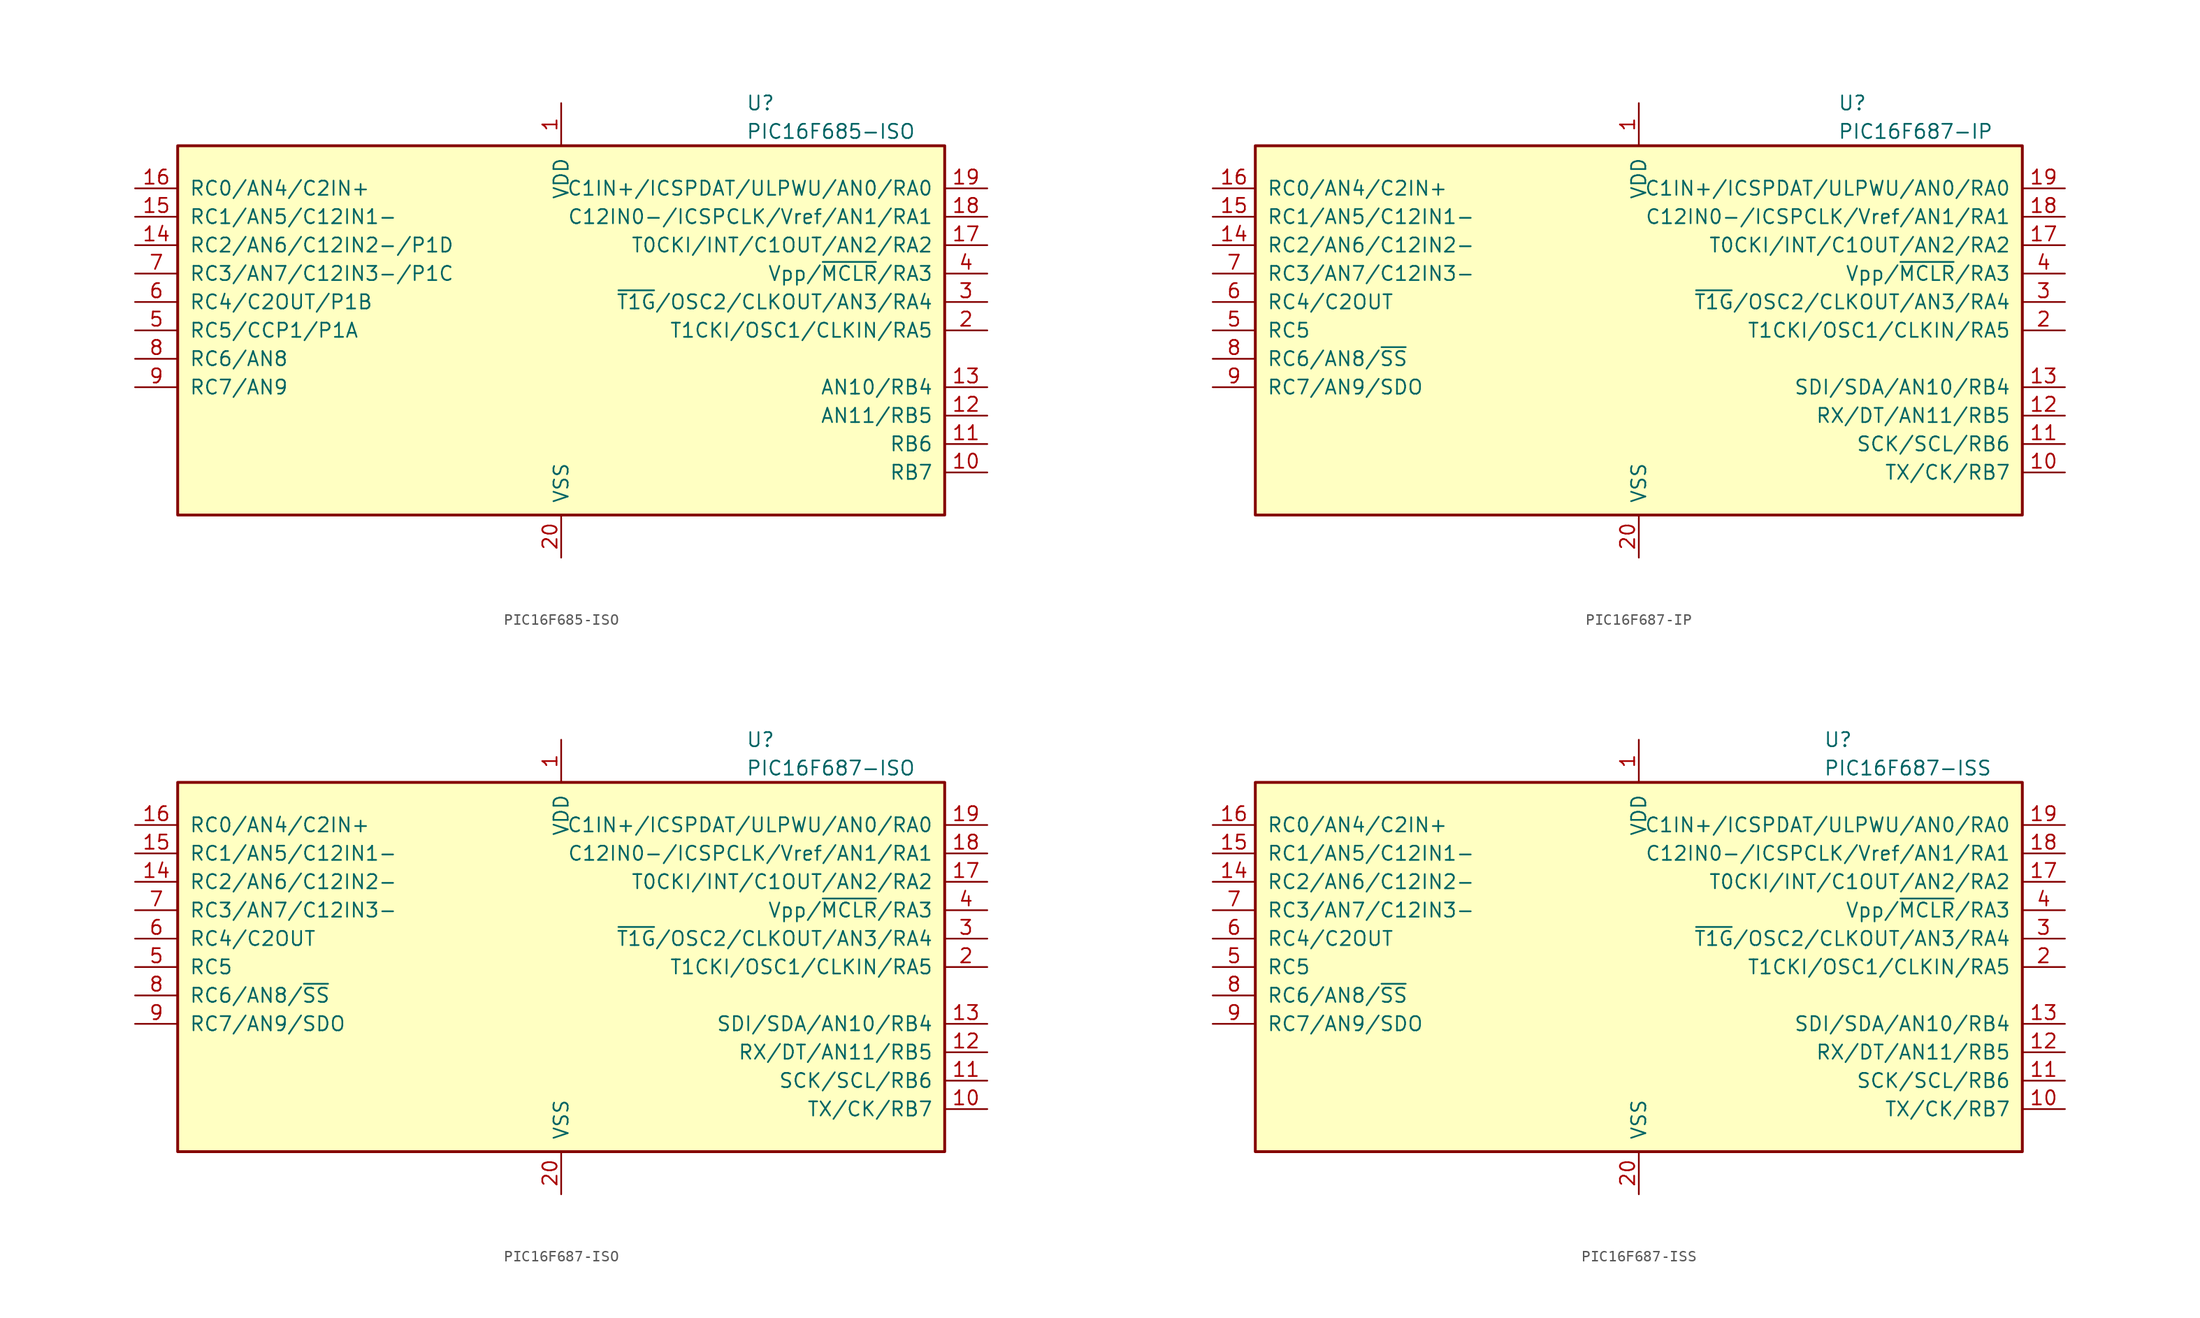
<source format=kicad_sym>
(kicad_symbol_lib
  (version 20211014)
  (generator kicad_symbol_editor)
  (symbol "PIC16F685-ISO"
    (pin_names
      (offset 1.016))
    (property "Reference" "U"
      (at 16.51 20.32 0)
      (effects (font (size 1.27 1.27)) (justify left)))
    (property "Value" "PIC16F685-ISO"
      (at 16.51 17.78 0)
      (effects (font (size 1.27 1.27)) (justify left)))
    (symbol "PIC16F685-ISO_0_1"
      (rectangle (start -34.29 16.51) (end 34.29 -16.51) (stroke (width 0.254) (type default) (color 0 0 0 0)) (fill (type background))))
    (symbol "PIC16F685-ISO_1_1"
      (pin power_in line (at 0 20.32 270) (length 3.81) (name "VDD" (effects (font (size 1.27 1.27)))) (number "1" (effects (font (size 1.27 1.27)))))
      (pin bidirectional line (at 38.1 -12.7 180) (length 3.81) (name "RB7" (effects (font (size 1.27 1.27)))) (number "10" (effects (font (size 1.27 1.27)))))
      (pin bidirectional line (at 38.1 -10.16 180) (length 3.81) (name "RB6" (effects (font (size 1.27 1.27)))) (number "11" (effects (font (size 1.27 1.27)))))
      (pin bidirectional line (at 38.1 -7.62 180) (length 3.81) (name "AN11/RB5" (effects (font (size 1.27 1.27)))) (number "12" (effects (font (size 1.27 1.27)))))
      (pin bidirectional line (at 38.1 -5.08 180) (length 3.81) (name "AN10/RB4" (effects (font (size 1.27 1.27)))) (number "13" (effects (font (size 1.27 1.27)))))
      (pin bidirectional line (at -38.1 7.62 0) (length 3.81) (name "RC2/AN6/C12IN2-/P1D" (effects (font (size 1.27 1.27)))) (number "14" (effects (font (size 1.27 1.27)))))
      (pin bidirectional line (at -38.1 10.16 0) (length 3.81) (name "RC1/AN5/C12IN1-" (effects (font (size 1.27 1.27)))) (number "15" (effects (font (size 1.27 1.27)))))
      (pin bidirectional line (at -38.1 12.7 0) (length 3.81) (name "RC0/AN4/C2IN+" (effects (font (size 1.27 1.27)))) (number "16" (effects (font (size 1.27 1.27)))))
      (pin bidirectional line (at 38.1 7.62 180) (length 3.81) (name "T0CKI/INT/C1OUT/AN2/RA2" (effects (font (size 1.27 1.27)))) (number "17" (effects (font (size 1.27 1.27)))))
      (pin bidirectional line (at 38.1 10.16 180) (length 3.81) (name "C12IN0-/ICSPCLK/Vref/AN1/RA1" (effects (font (size 1.27 1.27)))) (number "18" (effects (font (size 1.27 1.27)))))
      (pin bidirectional line (at 38.1 12.7 180) (length 3.81) (name "C1IN+/ICSPDAT/ULPWU/AN0/RA0" (effects (font (size 1.27 1.27)))) (number "19" (effects (font (size 1.27 1.27)))))
      (pin bidirectional line (at 38.1 0 180) (length 3.81) (name "T1CKI/OSC1/CLKIN/RA5" (effects (font (size 1.27 1.27)))) (number "2" (effects (font (size 1.27 1.27)))))
      (pin power_in line (at 0 -20.32 90) (length 3.81) (name "VSS" (effects (font (size 1.27 1.27)))) (number "20" (effects (font (size 1.27 1.27)))))
      (pin bidirectional line (at 38.1 2.54 180) (length 3.81) (name "~{T1G}/OSC2/CLKOUT/AN3/RA4" (effects (font (size 1.27 1.27)))) (number "3" (effects (font (size 1.27 1.27)))))
      (pin input line (at 38.1 5.08 180) (length 3.81) (name "Vpp/~{MCLR}/RA3" (effects (font (size 1.27 1.27)))) (number "4" (effects (font (size 1.27 1.27)))))
      (pin bidirectional line (at -38.1 0 0) (length 3.81) (name "RC5/CCP1/P1A" (effects (font (size 1.27 1.27)))) (number "5" (effects (font (size 1.27 1.27)))))
      (pin bidirectional line (at -38.1 2.54 0) (length 3.81) (name "RC4/C2OUT/P1B" (effects (font (size 1.27 1.27)))) (number "6" (effects (font (size 1.27 1.27)))))
      (pin bidirectional line (at -38.1 5.08 0) (length 3.81) (name "RC3/AN7/C12IN3-/P1C" (effects (font (size 1.27 1.27)))) (number "7" (effects (font (size 1.27 1.27)))))
      (pin bidirectional line (at -38.1 -2.54 0) (length 3.81) (name "RC6/AN8" (effects (font (size 1.27 1.27)))) (number "8" (effects (font (size 1.27 1.27)))))
      (pin bidirectional line (at -38.1 -5.08 0) (length 3.81) (name "RC7/AN9" (effects (font (size 1.27 1.27)))) (number "9" (effects (font (size 1.27 1.27)))))))
  (symbol "PIC16F687-IP"
    (pin_names
      (offset 1.016))
    (property "Reference" "U"
      (at 17.78 20.32 0)
      (effects (font (size 1.27 1.27)) (justify left)))
    (property "Value" "PIC16F687-IP"
      (at 17.78 17.78 0)
      (effects (font (size 1.27 1.27)) (justify left)))
    (symbol "PIC16F687-IP_0_1"
      (rectangle (start -34.29 16.51) (end 34.29 -16.51) (stroke (width 0.254) (type default) (color 0 0 0 0)) (fill (type background))))
    (symbol "PIC16F687-IP_1_1"
      (pin power_in line (at 0 20.32 270) (length 3.81) (name "VDD" (effects (font (size 1.27 1.27)))) (number "1" (effects (font (size 1.27 1.27)))))
      (pin bidirectional line (at 38.1 -12.7 180) (length 3.81) (name "TX/CK/RB7" (effects (font (size 1.27 1.27)))) (number "10" (effects (font (size 1.27 1.27)))))
      (pin bidirectional line (at 38.1 -10.16 180) (length 3.81) (name "SCK/SCL/RB6" (effects (font (size 1.27 1.27)))) (number "11" (effects (font (size 1.27 1.27)))))
      (pin bidirectional line (at 38.1 -7.62 180) (length 3.81) (name "RX/DT/AN11/RB5" (effects (font (size 1.27 1.27)))) (number "12" (effects (font (size 1.27 1.27)))))
      (pin bidirectional line (at 38.1 -5.08 180) (length 3.81) (name "SDI/SDA/AN10/RB4" (effects (font (size 1.27 1.27)))) (number "13" (effects (font (size 1.27 1.27)))))
      (pin bidirectional line (at -38.1 7.62 0) (length 3.81) (name "RC2/AN6/C12IN2-" (effects (font (size 1.27 1.27)))) (number "14" (effects (font (size 1.27 1.27)))))
      (pin bidirectional line (at -38.1 10.16 0) (length 3.81) (name "RC1/AN5/C12IN1-" (effects (font (size 1.27 1.27)))) (number "15" (effects (font (size 1.27 1.27)))))
      (pin bidirectional line (at -38.1 12.7 0) (length 3.81) (name "RC0/AN4/C2IN+" (effects (font (size 1.27 1.27)))) (number "16" (effects (font (size 1.27 1.27)))))
      (pin bidirectional line (at 38.1 7.62 180) (length 3.81) (name "T0CKI/INT/C1OUT/AN2/RA2" (effects (font (size 1.27 1.27)))) (number "17" (effects (font (size 1.27 1.27)))))
      (pin bidirectional line (at 38.1 10.16 180) (length 3.81) (name "C12IN0-/ICSPCLK/Vref/AN1/RA1" (effects (font (size 1.27 1.27)))) (number "18" (effects (font (size 1.27 1.27)))))
      (pin bidirectional line (at 38.1 12.7 180) (length 3.81) (name "C1IN+/ICSPDAT/ULPWU/AN0/RA0" (effects (font (size 1.27 1.27)))) (number "19" (effects (font (size 1.27 1.27)))))
      (pin bidirectional line (at 38.1 0 180) (length 3.81) (name "T1CKI/OSC1/CLKIN/RA5" (effects (font (size 1.27 1.27)))) (number "2" (effects (font (size 1.27 1.27)))))
      (pin power_in line (at 0 -20.32 90) (length 3.81) (name "VSS" (effects (font (size 1.27 1.27)))) (number "20" (effects (font (size 1.27 1.27)))))
      (pin bidirectional line (at 38.1 2.54 180) (length 3.81) (name "~{T1G}/OSC2/CLKOUT/AN3/RA4" (effects (font (size 1.27 1.27)))) (number "3" (effects (font (size 1.27 1.27)))))
      (pin input line (at 38.1 5.08 180) (length 3.81) (name "Vpp/~{MCLR}/RA3" (effects (font (size 1.27 1.27)))) (number "4" (effects (font (size 1.27 1.27)))))
      (pin bidirectional line (at -38.1 0 0) (length 3.81) (name "RC5" (effects (font (size 1.27 1.27)))) (number "5" (effects (font (size 1.27 1.27)))))
      (pin bidirectional line (at -38.1 2.54 0) (length 3.81) (name "RC4/C2OUT" (effects (font (size 1.27 1.27)))) (number "6" (effects (font (size 1.27 1.27)))))
      (pin bidirectional line (at -38.1 5.08 0) (length 3.81) (name "RC3/AN7/C12IN3-" (effects (font (size 1.27 1.27)))) (number "7" (effects (font (size 1.27 1.27)))))
      (pin bidirectional line (at -38.1 -2.54 0) (length 3.81) (name "RC6/AN8/~{SS}" (effects (font (size 1.27 1.27)))) (number "8" (effects (font (size 1.27 1.27)))))
      (pin bidirectional line (at -38.1 -5.08 0) (length 3.81) (name "RC7/AN9/SDO" (effects (font (size 1.27 1.27)))) (number "9" (effects (font (size 1.27 1.27)))))))
  (symbol "PIC16F687-ISO"
    (pin_names
      (offset 1.016))
    (property "Reference" "U"
      (at 16.51 20.32 0)
      (effects (font (size 1.27 1.27)) (justify left)))
    (property "Value" "PIC16F687-ISO"
      (at 16.51 17.78 0)
      (effects (font (size 1.27 1.27)) (justify left)))
    (symbol "PIC16F687-ISO_0_1"
      (rectangle (start -34.29 16.51) (end 34.29 -16.51) (stroke (width 0.254) (type default) (color 0 0 0 0)) (fill (type background))))
    (symbol "PIC16F687-ISO_1_1"
      (pin power_in line (at 0 20.32 270) (length 3.81) (name "VDD" (effects (font (size 1.27 1.27)))) (number "1" (effects (font (size 1.27 1.27)))))
      (pin bidirectional line (at 38.1 -12.7 180) (length 3.81) (name "TX/CK/RB7" (effects (font (size 1.27 1.27)))) (number "10" (effects (font (size 1.27 1.27)))))
      (pin bidirectional line (at 38.1 -10.16 180) (length 3.81) (name "SCK/SCL/RB6" (effects (font (size 1.27 1.27)))) (number "11" (effects (font (size 1.27 1.27)))))
      (pin bidirectional line (at 38.1 -7.62 180) (length 3.81) (name "RX/DT/AN11/RB5" (effects (font (size 1.27 1.27)))) (number "12" (effects (font (size 1.27 1.27)))))
      (pin bidirectional line (at 38.1 -5.08 180) (length 3.81) (name "SDI/SDA/AN10/RB4" (effects (font (size 1.27 1.27)))) (number "13" (effects (font (size 1.27 1.27)))))
      (pin bidirectional line (at -38.1 7.62 0) (length 3.81) (name "RC2/AN6/C12IN2-" (effects (font (size 1.27 1.27)))) (number "14" (effects (font (size 1.27 1.27)))))
      (pin bidirectional line (at -38.1 10.16 0) (length 3.81) (name "RC1/AN5/C12IN1-" (effects (font (size 1.27 1.27)))) (number "15" (effects (font (size 1.27 1.27)))))
      (pin bidirectional line (at -38.1 12.7 0) (length 3.81) (name "RC0/AN4/C2IN+" (effects (font (size 1.27 1.27)))) (number "16" (effects (font (size 1.27 1.27)))))
      (pin bidirectional line (at 38.1 7.62 180) (length 3.81) (name "T0CKI/INT/C1OUT/AN2/RA2" (effects (font (size 1.27 1.27)))) (number "17" (effects (font (size 1.27 1.27)))))
      (pin bidirectional line (at 38.1 10.16 180) (length 3.81) (name "C12IN0-/ICSPCLK/Vref/AN1/RA1" (effects (font (size 1.27 1.27)))) (number "18" (effects (font (size 1.27 1.27)))))
      (pin bidirectional line (at 38.1 12.7 180) (length 3.81) (name "C1IN+/ICSPDAT/ULPWU/AN0/RA0" (effects (font (size 1.27 1.27)))) (number "19" (effects (font (size 1.27 1.27)))))
      (pin bidirectional line (at 38.1 0 180) (length 3.81) (name "T1CKI/OSC1/CLKIN/RA5" (effects (font (size 1.27 1.27)))) (number "2" (effects (font (size 1.27 1.27)))))
      (pin power_in line (at 0 -20.32 90) (length 3.81) (name "VSS" (effects (font (size 1.27 1.27)))) (number "20" (effects (font (size 1.27 1.27)))))
      (pin bidirectional line (at 38.1 2.54 180) (length 3.81) (name "~{T1G}/OSC2/CLKOUT/AN3/RA4" (effects (font (size 1.27 1.27)))) (number "3" (effects (font (size 1.27 1.27)))))
      (pin input line (at 38.1 5.08 180) (length 3.81) (name "Vpp/~{MCLR}/RA3" (effects (font (size 1.27 1.27)))) (number "4" (effects (font (size 1.27 1.27)))))
      (pin bidirectional line (at -38.1 0 0) (length 3.81) (name "RC5" (effects (font (size 1.27 1.27)))) (number "5" (effects (font (size 1.27 1.27)))))
      (pin bidirectional line (at -38.1 2.54 0) (length 3.81) (name "RC4/C2OUT" (effects (font (size 1.27 1.27)))) (number "6" (effects (font (size 1.27 1.27)))))
      (pin bidirectional line (at -38.1 5.08 0) (length 3.81) (name "RC3/AN7/C12IN3-" (effects (font (size 1.27 1.27)))) (number "7" (effects (font (size 1.27 1.27)))))
      (pin bidirectional line (at -38.1 -2.54 0) (length 3.81) (name "RC6/AN8/~{SS}" (effects (font (size 1.27 1.27)))) (number "8" (effects (font (size 1.27 1.27)))))
      (pin bidirectional line (at -38.1 -5.08 0) (length 3.81) (name "RC7/AN9/SDO" (effects (font (size 1.27 1.27)))) (number "9" (effects (font (size 1.27 1.27)))))))
  (symbol "PIC16F687-ISS"
    (pin_names
      (offset 1.016))
    (property "Reference" "U"
      (at 16.51 20.32 0)
      (effects (font (size 1.27 1.27)) (justify left)))
    (property "Value" "PIC16F687-ISS"
      (at 16.51 17.78 0)
      (effects (font (size 1.27 1.27)) (justify left)))
    (symbol "PIC16F687-ISS_0_1"
      (rectangle (start -34.29 16.51) (end 34.29 -16.51) (stroke (width 0.254) (type default) (color 0 0 0 0)) (fill (type background))))
    (symbol "PIC16F687-ISS_1_1"
      (pin power_in line (at 0 20.32 270) (length 3.81) (name "VDD" (effects (font (size 1.27 1.27)))) (number "1" (effects (font (size 1.27 1.27)))))
      (pin bidirectional line (at 38.1 -12.7 180) (length 3.81) (name "TX/CK/RB7" (effects (font (size 1.27 1.27)))) (number "10" (effects (font (size 1.27 1.27)))))
      (pin bidirectional line (at 38.1 -10.16 180) (length 3.81) (name "SCK/SCL/RB6" (effects (font (size 1.27 1.27)))) (number "11" (effects (font (size 1.27 1.27)))))
      (pin bidirectional line (at 38.1 -7.62 180) (length 3.81) (name "RX/DT/AN11/RB5" (effects (font (size 1.27 1.27)))) (number "12" (effects (font (size 1.27 1.27)))))
      (pin bidirectional line (at 38.1 -5.08 180) (length 3.81) (name "SDI/SDA/AN10/RB4" (effects (font (size 1.27 1.27)))) (number "13" (effects (font (size 1.27 1.27)))))
      (pin bidirectional line (at -38.1 7.62 0) (length 3.81) (name "RC2/AN6/C12IN2-" (effects (font (size 1.27 1.27)))) (number "14" (effects (font (size 1.27 1.27)))))
      (pin bidirectional line (at -38.1 10.16 0) (length 3.81) (name "RC1/AN5/C12IN1-" (effects (font (size 1.27 1.27)))) (number "15" (effects (font (size 1.27 1.27)))))
      (pin bidirectional line (at -38.1 12.7 0) (length 3.81) (name "RC0/AN4/C2IN+" (effects (font (size 1.27 1.27)))) (number "16" (effects (font (size 1.27 1.27)))))
      (pin bidirectional line (at 38.1 7.62 180) (length 3.81) (name "T0CKI/INT/C1OUT/AN2/RA2" (effects (font (size 1.27 1.27)))) (number "17" (effects (font (size 1.27 1.27)))))
      (pin bidirectional line (at 38.1 10.16 180) (length 3.81) (name "C12IN0-/ICSPCLK/Vref/AN1/RA1" (effects (font (size 1.27 1.27)))) (number "18" (effects (font (size 1.27 1.27)))))
      (pin bidirectional line (at 38.1 12.7 180) (length 3.81) (name "C1IN+/ICSPDAT/ULPWU/AN0/RA0" (effects (font (size 1.27 1.27)))) (number "19" (effects (font (size 1.27 1.27)))))
      (pin bidirectional line (at 38.1 0 180) (length 3.81) (name "T1CKI/OSC1/CLKIN/RA5" (effects (font (size 1.27 1.27)))) (number "2" (effects (font (size 1.27 1.27)))))
      (pin power_in line (at 0 -20.32 90) (length 3.81) (name "VSS" (effects (font (size 1.27 1.27)))) (number "20" (effects (font (size 1.27 1.27)))))
      (pin bidirectional line (at 38.1 2.54 180) (length 3.81) (name "~{T1G}/OSC2/CLKOUT/AN3/RA4" (effects (font (size 1.27 1.27)))) (number "3" (effects (font (size 1.27 1.27)))))
      (pin input line (at 38.1 5.08 180) (length 3.81) (name "Vpp/~{MCLR}/RA3" (effects (font (size 1.27 1.27)))) (number "4" (effects (font (size 1.27 1.27)))))
      (pin bidirectional line (at -38.1 0 0) (length 3.81) (name "RC5" (effects (font (size 1.27 1.27)))) (number "5" (effects (font (size 1.27 1.27)))))
      (pin bidirectional line (at -38.1 2.54 0) (length 3.81) (name "RC4/C2OUT" (effects (font (size 1.27 1.27)))) (number "6" (effects (font (size 1.27 1.27)))))
      (pin bidirectional line (at -38.1 5.08 0) (length 3.81) (name "RC3/AN7/C12IN3-" (effects (font (size 1.27 1.27)))) (number "7" (effects (font (size 1.27 1.27)))))
      (pin bidirectional line (at -38.1 -2.54 0) (length 3.81) (name "RC6/AN8/~{SS}" (effects (font (size 1.27 1.27)))) (number "8" (effects (font (size 1.27 1.27)))))
      (pin bidirectional line (at -38.1 -5.08 0) (length 3.81) (name "RC7/AN9/SDO" (effects (font (size 1.27 1.27)))) (number "9" (effects (font (size 1.27 1.27))))))))
</source>
